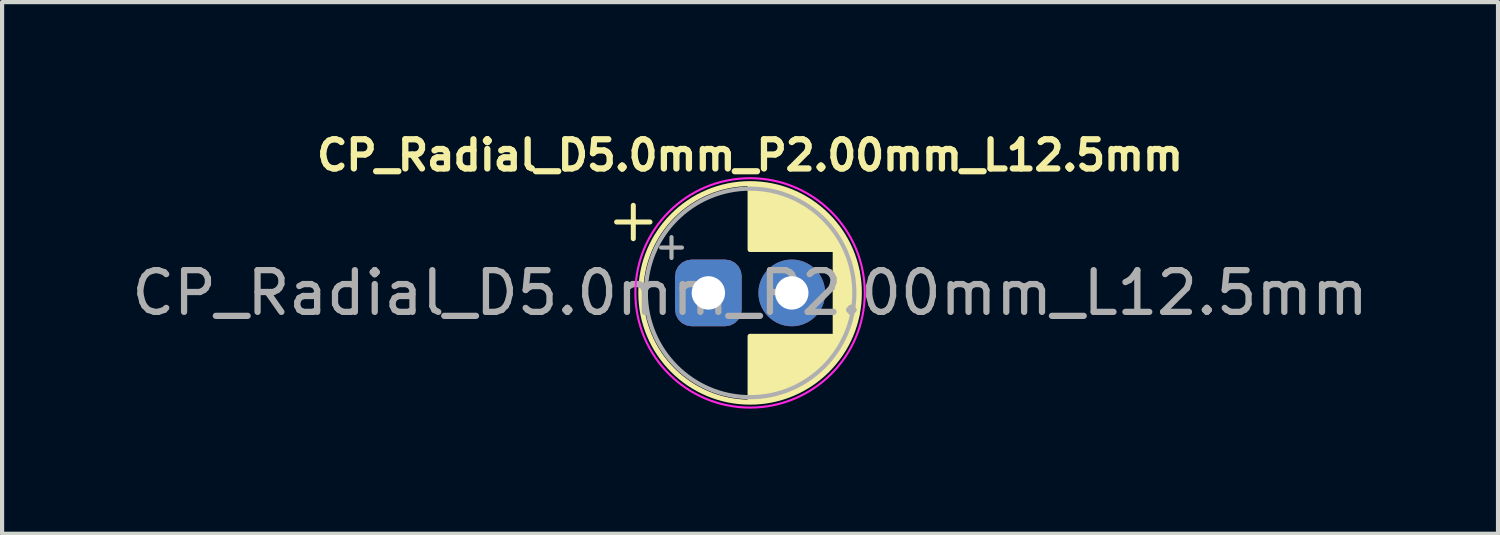
<source format=kicad_pcb>
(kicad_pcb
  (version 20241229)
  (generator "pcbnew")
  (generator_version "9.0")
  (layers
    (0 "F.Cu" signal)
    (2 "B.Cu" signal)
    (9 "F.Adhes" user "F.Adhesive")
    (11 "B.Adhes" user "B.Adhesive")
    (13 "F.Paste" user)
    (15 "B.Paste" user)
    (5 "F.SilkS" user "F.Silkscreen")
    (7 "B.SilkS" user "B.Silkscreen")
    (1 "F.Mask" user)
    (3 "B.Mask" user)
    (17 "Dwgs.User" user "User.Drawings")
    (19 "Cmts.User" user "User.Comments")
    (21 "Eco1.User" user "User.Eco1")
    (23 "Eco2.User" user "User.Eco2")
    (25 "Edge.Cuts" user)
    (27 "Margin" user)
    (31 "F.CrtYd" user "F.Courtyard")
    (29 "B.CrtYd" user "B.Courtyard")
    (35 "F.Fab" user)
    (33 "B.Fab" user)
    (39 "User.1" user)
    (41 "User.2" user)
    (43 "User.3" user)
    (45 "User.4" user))
  (footprint "CP_Radial_D5.0mm_P2.00mm_L12.5mm"
    (layer "F.Cu")
    (at 13.935 3.973)
    (property "Reference" "CP_Radial_D5.0mm_P2.00mm_L12.5mm" (at 1 -3.3 0) (layer "F.SilkS") (effects (font (size 0.7 0.7) (thickness 0.15))))
    (attr through_hole)
    (fp_line (start -2.2 -1.7) (end -1.4 -1.7) (stroke (width 0.12) (type solid)) (layer "F.SilkS"))
    (fp_line (start -1.8 -2.1) (end -1.8 -1.3) (stroke (width 0.12) (type solid)) (layer "F.SilkS"))
    (fp_line (start 1 -2.58) (end 1 -1.04) (stroke (width 0.12) (type solid)) (layer "F.SilkS"))
    (fp_line (start 1 1.04) (end 1 2.58) (stroke (width 0.12) (type solid)) (layer "F.SilkS"))
    (fp_line (start 1.04 -2.58) (end 1.04 -1.04) (stroke (width 0.12) (type solid)) (layer "F.SilkS"))
    (fp_line (start 1.04 1.04) (end 1.04 2.58) (stroke (width 0.12) (type solid)) (layer "F.SilkS"))
    (fp_line (start 1.08 -2.579) (end 1.08 -1.04) (stroke (width 0.12) (type solid)) (layer "F.SilkS"))
    (fp_line (start 1.08 1.04) (end 1.08 2.579) (stroke (width 0.12) (type solid)) (layer "F.SilkS"))
    (fp_line (start 1.12 -2.578) (end 1.12 -1.04) (stroke (width 0.12) (type solid)) (layer "F.SilkS"))
    (fp_line (start 1.12 1.04) (end 1.12 2.578) (stroke (width 0.12) (type solid)) (layer "F.SilkS"))
    (fp_line (start 1.16 -2.576) (end 1.16 -1.04) (stroke (width 0.12) (type solid)) (layer "F.SilkS"))
    (fp_line (start 1.16 1.04) (end 1.16 2.576) (stroke (width 0.12) (type solid)) (layer "F.SilkS"))
    (fp_line (start 1.2 -2.573) (end 1.2 -1.04) (stroke (width 0.12) (type solid)) (layer "F.SilkS"))
    (fp_line (start 1.2 1.04) (end 1.2 2.573) (stroke (width 0.12) (type solid)) (layer "F.SilkS"))
    (fp_line (start 1.24 -2.569) (end 1.24 -1.04) (stroke (width 0.12) (type solid)) (layer "F.SilkS"))
    (fp_line (start 1.24 1.04) (end 1.24 2.569) (stroke (width 0.12) (type solid)) (layer "F.SilkS"))
    (fp_line (start 1.28 -2.565) (end 1.28 -1.04) (stroke (width 0.12) (type solid)) (layer "F.SilkS"))
    (fp_line (start 1.28 1.04) (end 1.28 2.565) (stroke (width 0.12) (type solid)) (layer "F.SilkS"))
    (fp_line (start 1.32 -2.561) (end 1.32 -1.04) (stroke (width 0.12) (type solid)) (layer "F.SilkS"))
    (fp_line (start 1.32 1.04) (end 1.32 2.561) (stroke (width 0.12) (type solid)) (layer "F.SilkS"))
    (fp_line (start 1.36 -2.556) (end 1.36 -1.04) (stroke (width 0.12) (type solid)) (layer "F.SilkS"))
    (fp_line (start 1.36 1.04) (end 1.36 2.556) (stroke (width 0.12) (type solid)) (layer "F.SilkS"))
    (fp_line (start 1.4 -2.55) (end 1.4 -1.04) (stroke (width 0.12) (type solid)) (layer "F.SilkS"))
    (fp_line (start 1.4 1.04) (end 1.4 2.55) (stroke (width 0.12) (type solid)) (layer "F.SilkS"))
    (fp_line (start 1.44 -2.543) (end 1.44 -1.04) (stroke (width 0.12) (type solid)) (layer "F.SilkS"))
    (fp_line (start 1.44 1.04) (end 1.44 2.543) (stroke (width 0.12) (type solid)) (layer "F.SilkS"))
    (fp_line (start 1.48 -2.536) (end 1.48 -1.04) (stroke (width 0.12) (type solid)) (layer "F.SilkS"))
    (fp_line (start 1.48 1.04) (end 1.48 2.536) (stroke (width 0.12) (type solid)) (layer "F.SilkS"))
    (fp_line (start 1.52 -2.528) (end 1.52 -1.04) (stroke (width 0.12) (type solid)) (layer "F.SilkS"))
    (fp_line (start 1.52 1.04) (end 1.52 2.528) (stroke (width 0.12) (type solid)) (layer "F.SilkS"))
    (fp_line (start 1.56 -2.52) (end 1.56 -1.04) (stroke (width 0.12) (type solid)) (layer "F.SilkS"))
    (fp_line (start 1.56 1.04) (end 1.56 2.52) (stroke (width 0.12) (type solid)) (layer "F.SilkS"))
    (fp_line (start 1.6 -2.511) (end 1.6 -1.04) (stroke (width 0.12) (type solid)) (layer "F.SilkS"))
    (fp_line (start 1.6 1.04) (end 1.6 2.511) (stroke (width 0.12) (type solid)) (layer "F.SilkS"))
    (fp_line (start 1.64 -2.501) (end 1.64 -1.04) (stroke (width 0.12) (type solid)) (layer "F.SilkS"))
    (fp_line (start 1.64 1.04) (end 1.64 2.501) (stroke (width 0.12) (type solid)) (layer "F.SilkS"))
    (fp_line (start 1.68 -2.491) (end 1.68 -1.04) (stroke (width 0.12) (type solid)) (layer "F.SilkS"))
    (fp_line (start 1.68 1.04) (end 1.68 2.491) (stroke (width 0.12) (type solid)) (layer "F.SilkS"))
    (fp_line (start 1.721 -2.48) (end 1.721 -1.04) (stroke (width 0.12) (type solid)) (layer "F.SilkS"))
    (fp_line (start 1.721 1.04) (end 1.721 2.48) (stroke (width 0.12) (type solid)) (layer "F.SilkS"))
    (fp_line (start 1.761 -2.468) (end 1.761 -1.04) (stroke (width 0.12) (type solid)) (layer "F.SilkS"))
    (fp_line (start 1.761 1.04) (end 1.761 2.468) (stroke (width 0.12) (type solid)) (layer "F.SilkS"))
    (fp_line (start 1.801 -2.455) (end 1.801 -1.04) (stroke (width 0.12) (type solid)) (layer "F.SilkS"))
    (fp_line (start 1.801 1.04) (end 1.801 2.455) (stroke (width 0.12) (type solid)) (layer "F.SilkS"))
    (fp_line (start 1.841 -2.442) (end 1.841 -1.04) (stroke (width 0.12) (type solid)) (layer "F.SilkS"))
    (fp_line (start 1.841 1.04) (end 1.841 2.442) (stroke (width 0.12) (type solid)) (layer "F.SilkS"))
    (fp_line (start 1.881 -2.428) (end 1.881 -1.04) (stroke (width 0.12) (type solid)) (layer "F.SilkS"))
    (fp_line (start 1.881 1.04) (end 1.881 2.428) (stroke (width 0.12) (type solid)) (layer "F.SilkS"))
    (fp_line (start 1.921 -2.414) (end 1.921 -1.04) (stroke (width 0.12) (type solid)) (layer "F.SilkS"))
    (fp_line (start 1.921 1.04) (end 1.921 2.414) (stroke (width 0.12) (type solid)) (layer "F.SilkS"))
    (fp_line (start 1.961 -2.398) (end 1.961 -1.04) (stroke (width 0.12) (type solid)) (layer "F.SilkS"))
    (fp_line (start 1.961 1.04) (end 1.961 2.398) (stroke (width 0.12) (type solid)) (layer "F.SilkS"))
    (fp_line (start 2.001 -2.382) (end 2.001 -1.04) (stroke (width 0.12) (type solid)) (layer "F.SilkS"))
    (fp_line (start 2.001 1.04) (end 2.001 2.382) (stroke (width 0.12) (type solid)) (layer "F.SilkS"))
    (fp_line (start 2.041 -2.365) (end 2.041 -1.04) (stroke (width 0.12) (type solid)) (layer "F.SilkS"))
    (fp_line (start 2.041 1.04) (end 2.041 2.365) (stroke (width 0.12) (type solid)) (layer "F.SilkS"))
    (fp_line (start 2.081 -2.348) (end 2.081 -1.04) (stroke (width 0.12) (type solid)) (layer "F.SilkS"))
    (fp_line (start 2.081 1.04) (end 2.081 2.348) (stroke (width 0.12) (type solid)) (layer "F.SilkS"))
    (fp_line (start 2.121 -2.329) (end 2.121 -1.04) (stroke (width 0.12) (type solid)) (layer "F.SilkS"))
    (fp_line (start 2.121 1.04) (end 2.121 2.329) (stroke (width 0.12) (type solid)) (layer "F.SilkS"))
    (fp_line (start 2.161 -2.31) (end 2.161 -1.04) (stroke (width 0.12) (type solid)) (layer "F.SilkS"))
    (fp_line (start 2.161 1.04) (end 2.161 2.31) (stroke (width 0.12) (type solid)) (layer "F.SilkS"))
    (fp_line (start 2.201 -2.29) (end 2.201 -1.04) (stroke (width 0.12) (type solid)) (layer "F.SilkS"))
    (fp_line (start 2.201 1.04) (end 2.201 2.29) (stroke (width 0.12) (type solid)) (layer "F.SilkS"))
    (fp_line (start 2.241 -2.268) (end 2.241 -1.04) (stroke (width 0.12) (type solid)) (layer "F.SilkS"))
    (fp_line (start 2.241 1.04) (end 2.241 2.268) (stroke (width 0.12) (type solid)) (layer "F.SilkS"))
    (fp_line (start 2.281 -2.247) (end 2.281 -1.04) (stroke (width 0.12) (type solid)) (layer "F.SilkS"))
    (fp_line (start 2.281 1.04) (end 2.281 2.247) (stroke (width 0.12) (type solid)) (layer "F.SilkS"))
    (fp_line (start 2.321 -2.224) (end 2.321 -1.04) (stroke (width 0.12) (type solid)) (layer "F.SilkS"))
    (fp_line (start 2.321 1.04) (end 2.321 2.224) (stroke (width 0.12) (type solid)) (layer "F.SilkS"))
    (fp_line (start 2.361 -2.2) (end 2.361 -1.04) (stroke (width 0.12) (type solid)) (layer "F.SilkS"))
    (fp_line (start 2.361 1.04) (end 2.361 2.2) (stroke (width 0.12) (type solid)) (layer "F.SilkS"))
    (fp_line (start 2.401 -2.175) (end 2.401 -1.04) (stroke (width 0.12) (type solid)) (layer "F.SilkS"))
    (fp_line (start 2.401 1.04) (end 2.401 2.175) (stroke (width 0.12) (type solid)) (layer "F.SilkS"))
    (fp_line (start 2.441 -2.149) (end 2.441 -1.04) (stroke (width 0.12) (type solid)) (layer "F.SilkS"))
    (fp_line (start 2.441 1.04) (end 2.441 2.149) (stroke (width 0.12) (type solid)) (layer "F.SilkS"))
    (fp_line (start 2.481 -2.122) (end 2.481 -1.04) (stroke (width 0.12) (type solid)) (layer "F.SilkS"))
    (fp_line (start 2.481 1.04) (end 2.481 2.122) (stroke (width 0.12) (type solid)) (layer "F.SilkS"))
    (fp_line (start 2.521 -2.095) (end 2.521 -1.04) (stroke (width 0.12) (type solid)) (layer "F.SilkS"))
    (fp_line (start 2.521 1.04) (end 2.521 2.095) (stroke (width 0.12) (type solid)) (layer "F.SilkS"))
    (fp_line (start 2.561 -2.065) (end 2.561 -1.04) (stroke (width 0.12) (type solid)) (layer "F.SilkS"))
    (fp_line (start 2.561 1.04) (end 2.561 2.065) (stroke (width 0.12) (type solid)) (layer "F.SilkS"))
    (fp_line (start 2.601 -2.035) (end 2.601 -1.04) (stroke (width 0.12) (type solid)) (layer "F.SilkS"))
    (fp_line (start 2.601 1.04) (end 2.601 2.035) (stroke (width 0.12) (type solid)) (layer "F.SilkS"))
    (fp_line (start 2.641 -2.004) (end 2.641 -1.04) (stroke (width 0.12) (type solid)) (layer "F.SilkS"))
    (fp_line (start 2.641 1.04) (end 2.641 2.004) (stroke (width 0.12) (type solid)) (layer "F.SilkS"))
    (fp_line (start 2.681 -1.971) (end 2.681 -1.04) (stroke (width 0.12) (type solid)) (layer "F.SilkS"))
    (fp_line (start 2.681 1.04) (end 2.681 1.971) (stroke (width 0.12) (type solid)) (layer "F.SilkS"))
    (fp_line (start 2.721 -1.937) (end 2.721 -1.04) (stroke (width 0.12) (type solid)) (layer "F.SilkS"))
    (fp_line (start 2.721 1.04) (end 2.721 1.937) (stroke (width 0.12) (type solid)) (layer "F.SilkS"))
    (fp_line (start 2.761 -1.901) (end 2.761 -1.04) (stroke (width 0.12) (type solid)) (layer "F.SilkS"))
    (fp_line (start 2.761 1.04) (end 2.761 1.901) (stroke (width 0.12) (type solid)) (layer "F.SilkS"))
    (fp_line (start 2.801 -1.864) (end 2.801 -1.04) (stroke (width 0.12) (type solid)) (layer "F.SilkS"))
    (fp_line (start 2.801 1.04) (end 2.801 1.864) (stroke (width 0.12) (type solid)) (layer "F.SilkS"))
    (fp_line (start 2.841 -1.826) (end 2.841 -1.04) (stroke (width 0.12) (type solid)) (layer "F.SilkS"))
    (fp_line (start 2.841 1.04) (end 2.841 1.826) (stroke (width 0.12) (type solid)) (layer "F.SilkS"))
    (fp_line (start 2.881 -1.785) (end 2.881 -1.04) (stroke (width 0.12) (type solid)) (layer "F.SilkS"))
    (fp_line (start 2.881 1.04) (end 2.881 1.785) (stroke (width 0.12) (type solid)) (layer "F.SilkS"))
    (fp_line (start 2.921 -1.743) (end 2.921 -1.04) (stroke (width 0.12) (type solid)) (layer "F.SilkS"))
    (fp_line (start 2.921 1.04) (end 2.921 1.743) (stroke (width 0.12) (type solid)) (layer "F.SilkS"))
    (fp_line (start 2.961 -1.699) (end 2.961 -1.04) (stroke (width 0.12) (type solid)) (layer "F.SilkS"))
    (fp_line (start 2.961 1.04) (end 2.961 1.699) (stroke (width 0.12) (type solid)) (layer "F.SilkS"))
    (fp_line (start 3.001 -1.653) (end 3.001 -1.04) (stroke (width 0.12) (type solid)) (layer "F.SilkS"))
    (fp_line (start 3.001 1.04) (end 3.001 1.653) (stroke (width 0.12) (type solid)) (layer "F.SilkS"))
    (fp_line (start 3.041 -1.605) (end 3.041 1.605) (stroke (width 0.12) (type solid)) (layer "F.SilkS"))
    (fp_line (start 3.081 -1.554) (end 3.081 1.554) (stroke (width 0.12) (type solid)) (layer "F.SilkS"))
    (fp_line (start 3.121 -1.5) (end 3.121 1.5) (stroke (width 0.12) (type solid)) (layer "F.SilkS"))
    (fp_line (start 3.161 -1.443) (end 3.161 1.443) (stroke (width 0.12) (type solid)) (layer "F.SilkS"))
    (fp_line (start 3.201 -1.383) (end 3.201 1.383) (stroke (width 0.12) (type solid)) (layer "F.SilkS"))
    (fp_line (start 3.241 -1.319) (end 3.241 1.319) (stroke (width 0.12) (type solid)) (layer "F.SilkS"))
    (fp_line (start 3.281 -1.251) (end 3.281 1.251) (stroke (width 0.12) (type solid)) (layer "F.SilkS"))
    (fp_line (start 3.321 -1.178) (end 3.321 1.178) (stroke (width 0.12) (type solid)) (layer "F.SilkS"))
    (fp_line (start 3.361 -1.098) (end 3.361 1.098) (stroke (width 0.12) (type solid)) (layer "F.SilkS"))
    (fp_line (start 3.401 -1.011) (end 3.401 1.011) (stroke (width 0.12) (type solid)) (layer "F.SilkS"))
    (fp_line (start 3.441 -0.915) (end 3.441 0.915) (stroke (width 0.12) (type solid)) (layer "F.SilkS"))
    (fp_line (start 3.481 -0.805) (end 3.481 0.805) (stroke (width 0.12) (type solid)) (layer "F.SilkS"))
    (fp_line (start 3.521 -0.677) (end 3.521 0.677) (stroke (width 0.12) (type solid)) (layer "F.SilkS"))
    (fp_line (start 3.561 -0.518) (end 3.561 0.518) (stroke (width 0.12) (type solid)) (layer "F.SilkS"))
    (fp_line (start 3.601 -0.284) (end 3.601 0.284) (stroke (width 0.12) (type solid)) (layer "F.SilkS"))
    (fp_circle (center 1 0) (end 3.62 0) (stroke (width 0.12) (type solid)) (fill no) (layer "F.SilkS"))
    (fp_circle (center 1 0) (end 3.75 0) (stroke (width 0.05) (type solid)) (fill no) (layer "F.CrtYd"))
    (fp_line (start -1.134 -1.087) (end -0.634 -1.087) (stroke (width 0.1) (type solid)) (layer "F.Fab"))
    (fp_line (start -0.884 -1.337) (end -0.884 -0.838) (stroke (width 0.1) (type solid)) (layer "F.Fab"))
    (fp_circle (center 1 0) (end 3.5 0) (stroke (width 0.1) (type solid)) (fill no) (layer "F.Fab"))
    (fp_text user "${REFERENCE}" (at 1 0 0) (layer "F.Fab") (effects (font (size 1 1) (thickness 0.15))))
    (pad "1" thru_hole roundrect (at 0 0) (size 1.6 1.6) (drill 0.8) (layers "*.Cu" "*.Mask") (roundrect_rratio 0.25))
    (pad "2" thru_hole circle (at 2 0) (size 1.6 1.6) (drill 0.8) (layers "*.Cu" "*.Mask")))
  (gr_rect
    (start -3 -3)
    (end 32.869 9.748)
    (stroke (width 0.1) (type default))
    (fill no)
    (layer "Edge.Cuts")))
</source>
